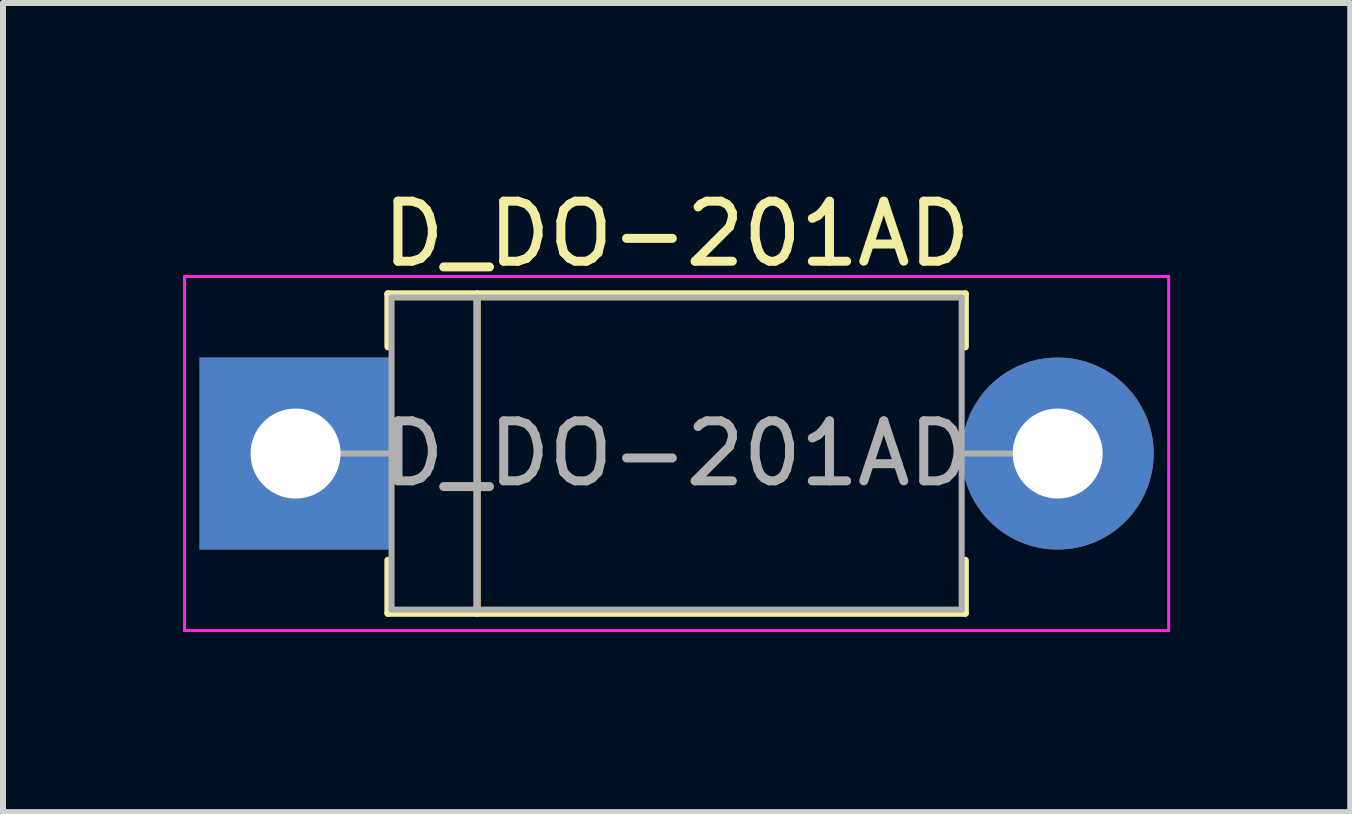
<source format=kicad_pcb>
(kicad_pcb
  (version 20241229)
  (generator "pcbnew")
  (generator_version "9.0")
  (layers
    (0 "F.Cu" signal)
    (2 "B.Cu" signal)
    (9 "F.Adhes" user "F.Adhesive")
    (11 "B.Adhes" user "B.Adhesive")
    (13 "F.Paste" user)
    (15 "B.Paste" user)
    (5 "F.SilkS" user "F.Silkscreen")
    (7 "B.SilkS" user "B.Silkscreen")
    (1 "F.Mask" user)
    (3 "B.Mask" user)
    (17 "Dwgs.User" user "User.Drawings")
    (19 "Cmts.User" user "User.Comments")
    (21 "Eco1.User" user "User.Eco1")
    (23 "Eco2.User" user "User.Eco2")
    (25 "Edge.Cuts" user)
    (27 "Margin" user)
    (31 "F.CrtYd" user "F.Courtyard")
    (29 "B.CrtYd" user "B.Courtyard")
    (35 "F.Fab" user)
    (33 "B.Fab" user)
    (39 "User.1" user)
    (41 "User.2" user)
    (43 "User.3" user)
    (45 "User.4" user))
  (footprint "D_DO-201AD"
    (layer "F.Cu")
    (at 1.875 4.508)
    (property "Reference" "D_DO-201AD" (at 6.35 -3.66 0) (layer "F.SilkS") (effects (font (size 1 1) (thickness 0.15))))
    (attr through_hole)
    (fp_line (start 1.54 -2.66) (end 11.16 -2.66) (stroke (width 0.12) (type solid)) (layer "F.SilkS"))
    (fp_line (start 1.54 -1.78) (end 1.54 -2.66) (stroke (width 0.12) (type solid)) (layer "F.SilkS"))
    (fp_line (start 1.54 1.78) (end 1.54 2.66) (stroke (width 0.12) (type solid)) (layer "F.SilkS"))
    (fp_line (start 1.54 2.66) (end 11.16 2.66) (stroke (width 0.12) (type solid)) (layer "F.SilkS"))
    (fp_line (start 3.025 -2.66) (end 3.025 2.66) (stroke (width 0.12) (type solid)) (layer "F.SilkS"))
    (fp_line (start 11.16 -2.66) (end 11.16 -1.78) (stroke (width 0.12) (type solid)) (layer "F.SilkS"))
    (fp_line (start 11.16 2.66) (end 11.16 1.78) (stroke (width 0.12) (type solid)) (layer "F.SilkS"))
    (fp_line (start -1.85 -2.95) (end -1.85 2.95) (stroke (width 0.05) (type solid)) (layer "F.CrtYd"))
    (fp_line (start -1.85 2.95) (end 14.55 2.95) (stroke (width 0.05) (type solid)) (layer "F.CrtYd"))
    (fp_line (start 14.55 -2.95) (end -1.85 -2.95) (stroke (width 0.05) (type solid)) (layer "F.CrtYd"))
    (fp_line (start 14.55 2.95) (end 14.55 -2.95) (stroke (width 0.05) (type solid)) (layer "F.CrtYd"))
    (fp_line (start 0 0) (end 1.6 0) (stroke (width 0.1) (type solid)) (layer "F.Fab"))
    (fp_line (start 1.6 -2.6) (end 1.6 2.6) (stroke (width 0.1) (type solid)) (layer "F.Fab"))
    (fp_line (start 1.6 2.6) (end 11.1 2.6) (stroke (width 0.1) (type solid)) (layer "F.Fab"))
    (fp_line (start 3.025 -2.6) (end 3.025 2.6) (stroke (width 0.1) (type solid)) (layer "F.Fab"))
    (fp_line (start 11.1 -2.6) (end 1.6 -2.6) (stroke (width 0.1) (type solid)) (layer "F.Fab"))
    (fp_line (start 11.1 2.6) (end 11.1 -2.6) (stroke (width 0.1) (type solid)) (layer "F.Fab"))
    (fp_line (start 12.7 0) (end 11.1 0) (stroke (width 0.1) (type solid)) (layer "F.Fab"))
    (fp_text user "${REFERENCE}" (at 6.35 0 0) (layer "F.Fab") (effects (font (size 1 1) (thickness 0.15))))
    (pad "1" thru_hole rect (at 0 0) (size 3.2 3.2) (drill 1.5) (layers "*.Cu" "*.Mask"))
    (pad "2" thru_hole oval (at 12.7 0) (size 3.2 3.2) (drill 1.5) (layers "*.Cu" "*.Mask")))
  (gr_rect
    (start -3 -3)
    (end 19.45 10.483)
    (stroke (width 0.1) (type default))
    (fill no)
    (layer "Edge.Cuts")))
</source>
